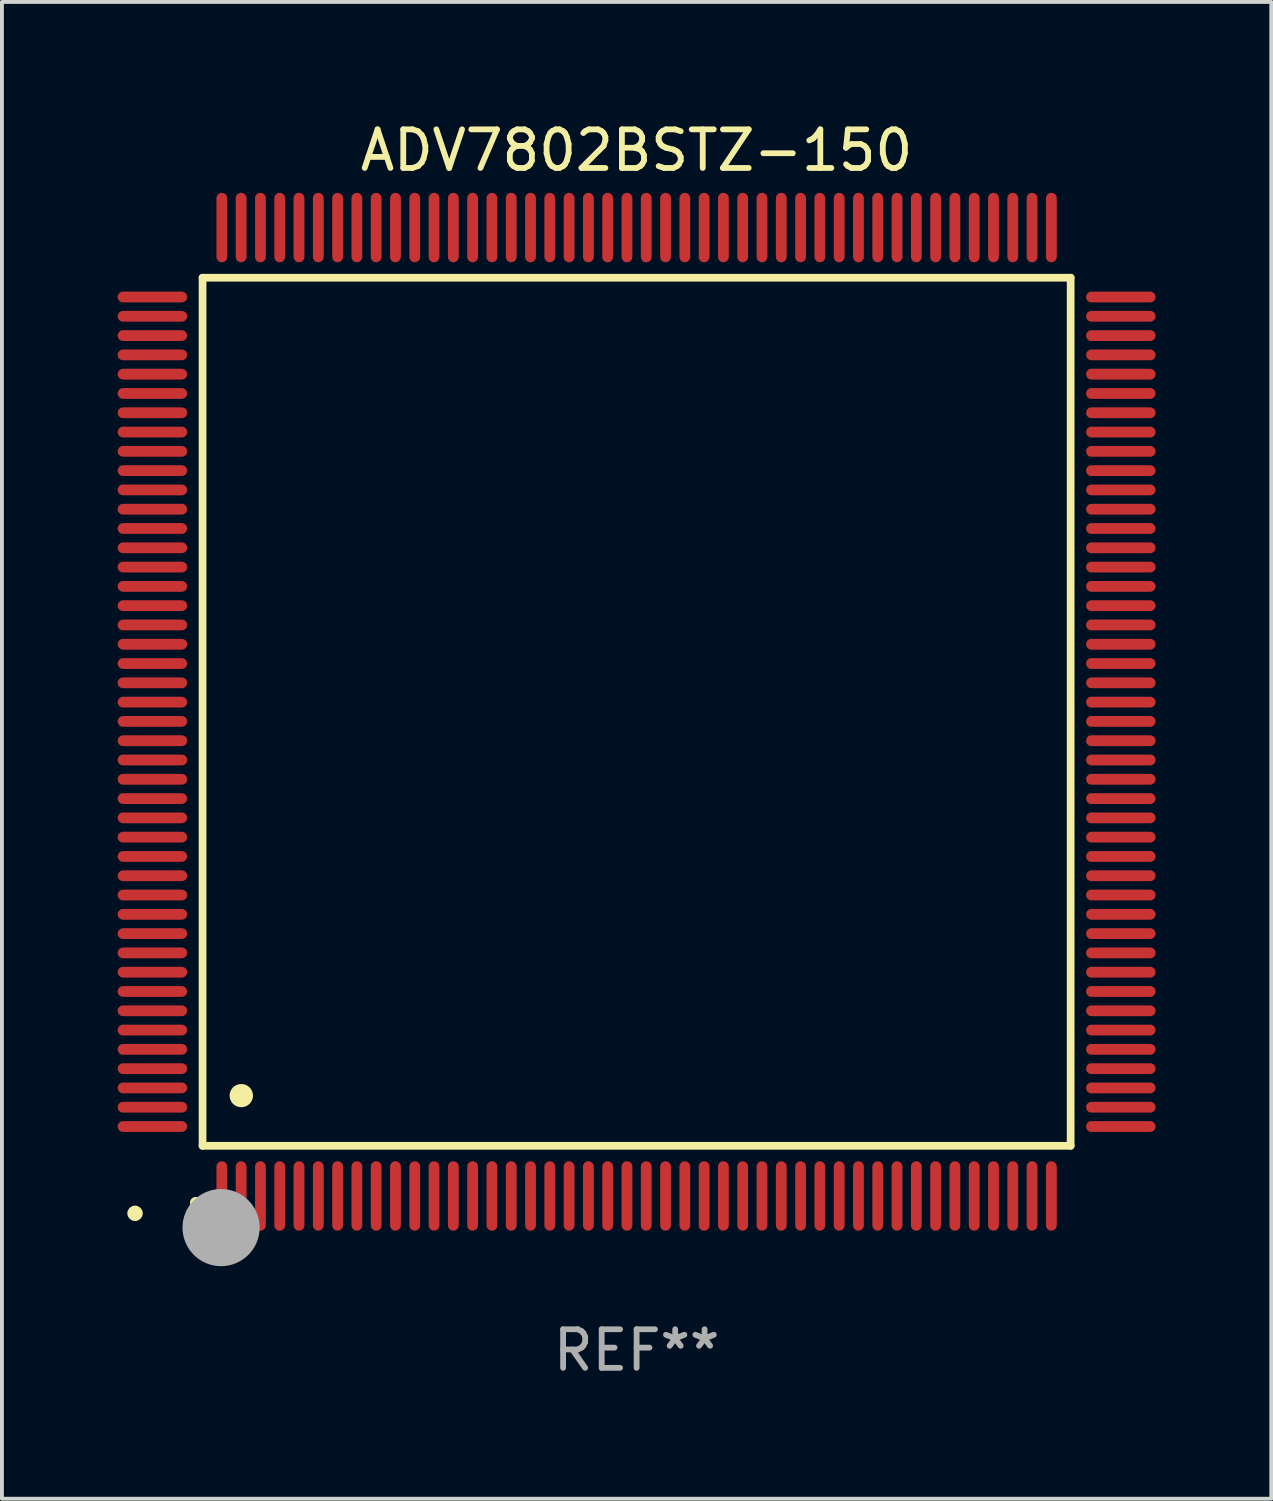
<source format=kicad_pcb>
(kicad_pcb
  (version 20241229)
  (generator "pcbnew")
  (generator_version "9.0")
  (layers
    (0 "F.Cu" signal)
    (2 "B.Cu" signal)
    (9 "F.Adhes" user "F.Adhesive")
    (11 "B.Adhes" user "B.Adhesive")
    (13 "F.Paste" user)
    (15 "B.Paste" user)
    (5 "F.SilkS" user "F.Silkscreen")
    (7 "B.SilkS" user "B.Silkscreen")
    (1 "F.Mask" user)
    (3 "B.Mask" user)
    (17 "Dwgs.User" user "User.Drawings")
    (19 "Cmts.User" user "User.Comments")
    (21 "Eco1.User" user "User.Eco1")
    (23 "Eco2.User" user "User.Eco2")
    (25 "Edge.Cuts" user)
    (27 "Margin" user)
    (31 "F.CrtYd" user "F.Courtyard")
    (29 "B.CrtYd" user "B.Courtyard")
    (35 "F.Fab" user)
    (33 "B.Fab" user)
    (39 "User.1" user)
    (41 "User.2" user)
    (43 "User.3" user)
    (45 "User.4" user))
  (footprint "ADV7802BSTZ-150"
    (layer "F.Cu")
    (at 13.45 15.398)
    (property "Reference" "ADV7802BSTZ-150" (at 0 -14.55 0) (layer "F.SilkS") (effects (font (size 1 1) (thickness 0.15))))
    (attr through_hole)
    (fp_line (start -11.25 -11.25) (end 11.25 -11.25) (stroke (width 0.2) (type solid)) (layer "F.SilkS"))
    (fp_line (start -11.25 11.25) (end -11.25 -11.25) (stroke (width 0.2) (type solid)) (layer "F.SilkS"))
    (fp_line (start 11.25 -11.25) (end 11.25 11.25) (stroke (width 0.2) (type solid)) (layer "F.SilkS"))
    (fp_line (start 11.25 11.25) (end -11.25 11.25) (stroke (width 0.2) (type solid)) (layer "F.SilkS"))
    (fp_arc (start -11.424943 12.725425) (mid -11.423673 12.72542) (end -11.422403 12.725425) (stroke (width 0.3) (type solid)) (layer "F.SilkS"))
    (fp_arc (start -10.24892 9.9492) (mid -10.24638 9.949189) (end -10.24384 9.9492) (stroke (width 0.6) (type solid)) (layer "F.SilkS"))
    (fp_circle (center -13 13) (end -12.9 13) (stroke (width 0.2) (type solid)) (fill no) (layer "F.SilkS"))
    (fp_circle (center -10.77 13.37) (end -10.27 13.37) (stroke (width 1) (type solid)) (fill no) (layer "F.Fab"))
    (fp_text user "REF**" (at 0 16.55 0) (layer "F.Fab") (effects (font (size 1 1) (thickness 0.15))))
    (pad "1" smd oval (at -10.75 12.55) (size 0.28 1.8) (layers "F.Cu" "F.Mask" "F.Paste"))
    (pad "2" smd oval (at -10.25 12.55) (size 0.28 1.8) (layers "F.Cu" "F.Mask" "F.Paste"))
    (pad "3" smd oval (at -9.75 12.55) (size 0.28 1.8) (layers "F.Cu" "F.Mask" "F.Paste"))
    (pad "4" smd oval (at -9.25 12.55) (size 0.28 1.8) (layers "F.Cu" "F.Mask" "F.Paste"))
    (pad "5" smd oval (at -8.75 12.55) (size 0.28 1.8) (layers "F.Cu" "F.Mask" "F.Paste"))
    (pad "6" smd oval (at -8.25 12.55) (size 0.28 1.8) (layers "F.Cu" "F.Mask" "F.Paste"))
    (pad "7" smd oval (at -7.75 12.55) (size 0.28 1.8) (layers "F.Cu" "F.Mask" "F.Paste"))
    (pad "8" smd oval (at -7.25 12.55) (size 0.28 1.8) (layers "F.Cu" "F.Mask" "F.Paste"))
    (pad "9" smd oval (at -6.75 12.55) (size 0.28 1.8) (layers "F.Cu" "F.Mask" "F.Paste"))
    (pad "10" smd oval (at -6.25 12.55) (size 0.28 1.8) (layers "F.Cu" "F.Mask" "F.Paste"))
    (pad "11" smd oval (at -5.75 12.55) (size 0.28 1.8) (layers "F.Cu" "F.Mask" "F.Paste"))
    (pad "12" smd oval (at -5.25 12.55) (size 0.28 1.8) (layers "F.Cu" "F.Mask" "F.Paste"))
    (pad "13" smd oval (at -4.75 12.55) (size 0.28 1.8) (layers "F.Cu" "F.Mask" "F.Paste"))
    (pad "14" smd oval (at -4.25 12.55) (size 0.28 1.8) (layers "F.Cu" "F.Mask" "F.Paste"))
    (pad "15" smd oval (at -3.75 12.55) (size 0.28 1.8) (layers "F.Cu" "F.Mask" "F.Paste"))
    (pad "16" smd oval (at -3.25 12.55) (size 0.28 1.8) (layers "F.Cu" "F.Mask" "F.Paste"))
    (pad "17" smd oval (at -2.75 12.55) (size 0.28 1.8) (layers "F.Cu" "F.Mask" "F.Paste"))
    (pad "18" smd oval (at -2.25 12.55) (size 0.28 1.8) (layers "F.Cu" "F.Mask" "F.Paste"))
    (pad "19" smd oval (at -1.75 12.55) (size 0.28 1.8) (layers "F.Cu" "F.Mask" "F.Paste"))
    (pad "20" smd oval (at -1.25 12.55) (size 0.28 1.8) (layers "F.Cu" "F.Mask" "F.Paste"))
    (pad "21" smd oval (at -0.75 12.55) (size 0.28 1.8) (layers "F.Cu" "F.Mask" "F.Paste"))
    (pad "22" smd oval (at -0.25 12.55) (size 0.28 1.8) (layers "F.Cu" "F.Mask" "F.Paste"))
    (pad "23" smd oval (at 0.25 12.55) (size 0.28 1.8) (layers "F.Cu" "F.Mask" "F.Paste"))
    (pad "24" smd oval (at 0.75 12.55) (size 0.28 1.8) (layers "F.Cu" "F.Mask" "F.Paste"))
    (pad "25" smd oval (at 1.25 12.55) (size 0.28 1.8) (layers "F.Cu" "F.Mask" "F.Paste"))
    (pad "26" smd oval (at 1.75 12.55) (size 0.28 1.8) (layers "F.Cu" "F.Mask" "F.Paste"))
    (pad "27" smd oval (at 2.25 12.55) (size 0.28 1.8) (layers "F.Cu" "F.Mask" "F.Paste"))
    (pad "28" smd oval (at 2.75 12.55) (size 0.28 1.8) (layers "F.Cu" "F.Mask" "F.Paste"))
    (pad "29" smd oval (at 3.25 12.55) (size 0.28 1.8) (layers "F.Cu" "F.Mask" "F.Paste"))
    (pad "30" smd oval (at 3.75 12.55) (size 0.28 1.8) (layers "F.Cu" "F.Mask" "F.Paste"))
    (pad "31" smd oval (at 4.25 12.55) (size 0.28 1.8) (layers "F.Cu" "F.Mask" "F.Paste"))
    (pad "32" smd oval (at 4.75 12.55) (size 0.28 1.8) (layers "F.Cu" "F.Mask" "F.Paste"))
    (pad "33" smd oval (at 5.25 12.55) (size 0.28 1.8) (layers "F.Cu" "F.Mask" "F.Paste"))
    (pad "34" smd oval (at 5.75 12.55) (size 0.28 1.8) (layers "F.Cu" "F.Mask" "F.Paste"))
    (pad "35" smd oval (at 6.25 12.55) (size 0.28 1.8) (layers "F.Cu" "F.Mask" "F.Paste"))
    (pad "36" smd oval (at 6.75 12.55) (size 0.28 1.8) (layers "F.Cu" "F.Mask" "F.Paste"))
    (pad "37" smd oval (at 7.25 12.55) (size 0.28 1.8) (layers "F.Cu" "F.Mask" "F.Paste"))
    (pad "38" smd oval (at 7.75 12.55) (size 0.28 1.8) (layers "F.Cu" "F.Mask" "F.Paste"))
    (pad "39" smd oval (at 8.25 12.55) (size 0.28 1.8) (layers "F.Cu" "F.Mask" "F.Paste"))
    (pad "40" smd oval (at 8.75 12.55) (size 0.28 1.8) (layers "F.Cu" "F.Mask" "F.Paste"))
    (pad "41" smd oval (at 9.25 12.55) (size 0.28 1.8) (layers "F.Cu" "F.Mask" "F.Paste"))
    (pad "42" smd oval (at 9.75 12.55) (size 0.28 1.8) (layers "F.Cu" "F.Mask" "F.Paste"))
    (pad "43" smd oval (at 10.25 12.55) (size 0.28 1.8) (layers "F.Cu" "F.Mask" "F.Paste"))
    (pad "44" smd oval (at 10.75 12.55) (size 0.28 1.8) (layers "F.Cu" "F.Mask" "F.Paste"))
    (pad "45" smd oval (at 12.55 10.75) (size 1.8 0.28) (layers "F.Cu" "F.Mask" "F.Paste"))
    (pad "46" smd oval (at 12.55 10.25) (size 1.8 0.28) (layers "F.Cu" "F.Mask" "F.Paste"))
    (pad "47" smd oval (at 12.55 9.75) (size 1.8 0.28) (layers "F.Cu" "F.Mask" "F.Paste"))
    (pad "48" smd oval (at 12.55 9.25) (size 1.8 0.28) (layers "F.Cu" "F.Mask" "F.Paste"))
    (pad "49" smd oval (at 12.55 8.75) (size 1.8 0.28) (layers "F.Cu" "F.Mask" "F.Paste"))
    (pad "50" smd oval (at 12.55 8.25) (size 1.8 0.28) (layers "F.Cu" "F.Mask" "F.Paste"))
    (pad "51" smd oval (at 12.55 7.75) (size 1.8 0.28) (layers "F.Cu" "F.Mask" "F.Paste"))
    (pad "52" smd oval (at 12.55 7.25) (size 1.8 0.28) (layers "F.Cu" "F.Mask" "F.Paste"))
    (pad "53" smd oval (at 12.55 6.75) (size 1.8 0.28) (layers "F.Cu" "F.Mask" "F.Paste"))
    (pad "54" smd oval (at 12.55 6.25) (size 1.8 0.28) (layers "F.Cu" "F.Mask" "F.Paste"))
    (pad "55" smd oval (at 12.55 5.75) (size 1.8 0.28) (layers "F.Cu" "F.Mask" "F.Paste"))
    (pad "56" smd oval (at 12.55 5.25) (size 1.8 0.28) (layers "F.Cu" "F.Mask" "F.Paste"))
    (pad "57" smd oval (at 12.55 4.75) (size 1.8 0.28) (layers "F.Cu" "F.Mask" "F.Paste"))
    (pad "58" smd oval (at 12.55 4.25) (size 1.8 0.28) (layers "F.Cu" "F.Mask" "F.Paste"))
    (pad "59" smd oval (at 12.55 3.75) (size 1.8 0.28) (layers "F.Cu" "F.Mask" "F.Paste"))
    (pad "60" smd oval (at 12.55 3.25) (size 1.8 0.28) (layers "F.Cu" "F.Mask" "F.Paste"))
    (pad "61" smd oval (at 12.55 2.75) (size 1.8 0.28) (layers "F.Cu" "F.Mask" "F.Paste"))
    (pad "62" smd oval (at 12.55 2.25) (size 1.8 0.28) (layers "F.Cu" "F.Mask" "F.Paste"))
    (pad "63" smd oval (at 12.55 1.75) (size 1.8 0.28) (layers "F.Cu" "F.Mask" "F.Paste"))
    (pad "64" smd oval (at 12.55 1.25) (size 1.8 0.28) (layers "F.Cu" "F.Mask" "F.Paste"))
    (pad "65" smd oval (at 12.55 0.75) (size 1.8 0.28) (layers "F.Cu" "F.Mask" "F.Paste"))
    (pad "66" smd oval (at 12.55 0.25) (size 1.8 0.28) (layers "F.Cu" "F.Mask" "F.Paste"))
    (pad "67" smd oval (at 12.55 -0.25) (size 1.8 0.28) (layers "F.Cu" "F.Mask" "F.Paste"))
    (pad "68" smd oval (at 12.55 -0.75) (size 1.8 0.28) (layers "F.Cu" "F.Mask" "F.Paste"))
    (pad "69" smd oval (at 12.55 -1.25) (size 1.8 0.28) (layers "F.Cu" "F.Mask" "F.Paste"))
    (pad "70" smd oval (at 12.55 -1.75) (size 1.8 0.28) (layers "F.Cu" "F.Mask" "F.Paste"))
    (pad "71" smd oval (at 12.55 -2.25) (size 1.8 0.28) (layers "F.Cu" "F.Mask" "F.Paste"))
    (pad "72" smd oval (at 12.55 -2.75) (size 1.8 0.28) (layers "F.Cu" "F.Mask" "F.Paste"))
    (pad "73" smd oval (at 12.55 -3.25) (size 1.8 0.28) (layers "F.Cu" "F.Mask" "F.Paste"))
    (pad "74" smd oval (at 12.55 -3.75) (size 1.8 0.28) (layers "F.Cu" "F.Mask" "F.Paste"))
    (pad "75" smd oval (at 12.55 -4.25) (size 1.8 0.28) (layers "F.Cu" "F.Mask" "F.Paste"))
    (pad "76" smd oval (at 12.55 -4.75) (size 1.8 0.28) (layers "F.Cu" "F.Mask" "F.Paste"))
    (pad "77" smd oval (at 12.55 -5.25) (size 1.8 0.28) (layers "F.Cu" "F.Mask" "F.Paste"))
    (pad "78" smd oval (at 12.55 -5.75) (size 1.8 0.28) (layers "F.Cu" "F.Mask" "F.Paste"))
    (pad "79" smd oval (at 12.55 -6.25) (size 1.8 0.28) (layers "F.Cu" "F.Mask" "F.Paste"))
    (pad "80" smd oval (at 12.55 -6.75) (size 1.8 0.28) (layers "F.Cu" "F.Mask" "F.Paste"))
    (pad "81" smd oval (at 12.55 -7.25) (size 1.8 0.28) (layers "F.Cu" "F.Mask" "F.Paste"))
    (pad "82" smd oval (at 12.55 -7.75) (size 1.8 0.28) (layers "F.Cu" "F.Mask" "F.Paste"))
    (pad "83" smd oval (at 12.55 -8.25) (size 1.8 0.28) (layers "F.Cu" "F.Mask" "F.Paste"))
    (pad "84" smd oval (at 12.55 -8.75) (size 1.8 0.28) (layers "F.Cu" "F.Mask" "F.Paste"))
    (pad "85" smd oval (at 12.55 -9.25) (size 1.8 0.28) (layers "F.Cu" "F.Mask" "F.Paste"))
    (pad "86" smd oval (at 12.55 -9.75) (size 1.8 0.28) (layers "F.Cu" "F.Mask" "F.Paste"))
    (pad "87" smd oval (at 12.55 -10.25) (size 1.8 0.28) (layers "F.Cu" "F.Mask" "F.Paste"))
    (pad "88" smd oval (at 12.55 -10.75) (size 1.8 0.28) (layers "F.Cu" "F.Mask" "F.Paste"))
    (pad "89" smd oval (at 10.75 -12.55) (size 0.28 1.8) (layers "F.Cu" "F.Mask" "F.Paste"))
    (pad "90" smd oval (at 10.25 -12.55) (size 0.28 1.8) (layers "F.Cu" "F.Mask" "F.Paste"))
    (pad "91" smd oval (at 9.75 -12.55) (size 0.28 1.8) (layers "F.Cu" "F.Mask" "F.Paste"))
    (pad "92" smd oval (at 9.25 -12.55) (size 0.28 1.8) (layers "F.Cu" "F.Mask" "F.Paste"))
    (pad "93" smd oval (at 8.75 -12.55) (size 0.28 1.8) (layers "F.Cu" "F.Mask" "F.Paste"))
    (pad "94" smd oval (at 8.25 -12.55) (size 0.28 1.8) (layers "F.Cu" "F.Mask" "F.Paste"))
    (pad "95" smd oval (at 7.75 -12.55) (size 0.28 1.8) (layers "F.Cu" "F.Mask" "F.Paste"))
    (pad "96" smd oval (at 7.25 -12.55) (size 0.28 1.8) (layers "F.Cu" "F.Mask" "F.Paste"))
    (pad "97" smd oval (at 6.75 -12.55) (size 0.28 1.8) (layers "F.Cu" "F.Mask" "F.Paste"))
    (pad "98" smd oval (at 6.25 -12.55) (size 0.28 1.8) (layers "F.Cu" "F.Mask" "F.Paste"))
    (pad "99" smd oval (at 5.75 -12.55) (size 0.28 1.8) (layers "F.Cu" "F.Mask" "F.Paste"))
    (pad "100" smd oval (at 5.25 -12.55) (size 0.28 1.8) (layers "F.Cu" "F.Mask" "F.Paste"))
    (pad "101" smd oval (at 4.75 -12.55) (size 0.28 1.8) (layers "F.Cu" "F.Mask" "F.Paste"))
    (pad "102" smd oval (at 4.25 -12.55) (size 0.28 1.8) (layers "F.Cu" "F.Mask" "F.Paste"))
    (pad "103" smd oval (at 3.75 -12.55) (size 0.28 1.8) (layers "F.Cu" "F.Mask" "F.Paste"))
    (pad "104" smd oval (at 3.25 -12.55) (size 0.28 1.8) (layers "F.Cu" "F.Mask" "F.Paste"))
    (pad "105" smd oval (at 2.75 -12.55) (size 0.28 1.8) (layers "F.Cu" "F.Mask" "F.Paste"))
    (pad "106" smd oval (at 2.25 -12.55) (size 0.28 1.8) (layers "F.Cu" "F.Mask" "F.Paste"))
    (pad "107" smd oval (at 1.75 -12.55) (size 0.28 1.8) (layers "F.Cu" "F.Mask" "F.Paste"))
    (pad "108" smd oval (at 1.25 -12.55) (size 0.28 1.8) (layers "F.Cu" "F.Mask" "F.Paste"))
    (pad "109" smd oval (at 0.75 -12.55) (size 0.28 1.8) (layers "F.Cu" "F.Mask" "F.Paste"))
    (pad "110" smd oval (at 0.25 -12.55) (size 0.28 1.8) (layers "F.Cu" "F.Mask" "F.Paste"))
    (pad "111" smd oval (at -0.25 -12.55) (size 0.28 1.8) (layers "F.Cu" "F.Mask" "F.Paste"))
    (pad "112" smd oval (at -0.75 -12.55) (size 0.28 1.8) (layers "F.Cu" "F.Mask" "F.Paste"))
    (pad "113" smd oval (at -1.25 -12.55) (size 0.28 1.8) (layers "F.Cu" "F.Mask" "F.Paste"))
    (pad "114" smd oval (at -1.75 -12.55) (size 0.28 1.8) (layers "F.Cu" "F.Mask" "F.Paste"))
    (pad "115" smd oval (at -2.25 -12.55) (size 0.28 1.8) (layers "F.Cu" "F.Mask" "F.Paste"))
    (pad "116" smd oval (at -2.75 -12.55) (size 0.28 1.8) (layers "F.Cu" "F.Mask" "F.Paste"))
    (pad "117" smd oval (at -3.25 -12.55) (size 0.28 1.8) (layers "F.Cu" "F.Mask" "F.Paste"))
    (pad "118" smd oval (at -3.75 -12.55) (size 0.28 1.8) (layers "F.Cu" "F.Mask" "F.Paste"))
    (pad "119" smd oval (at -4.25 -12.55) (size 0.28 1.8) (layers "F.Cu" "F.Mask" "F.Paste"))
    (pad "120" smd oval (at -4.75 -12.55) (size 0.28 1.8) (layers "F.Cu" "F.Mask" "F.Paste"))
    (pad "121" smd oval (at -5.25 -12.55) (size 0.28 1.8) (layers "F.Cu" "F.Mask" "F.Paste"))
    (pad "122" smd oval (at -5.75 -12.55) (size 0.28 1.8) (layers "F.Cu" "F.Mask" "F.Paste"))
    (pad "123" smd oval (at -6.25 -12.55) (size 0.28 1.8) (layers "F.Cu" "F.Mask" "F.Paste"))
    (pad "124" smd oval (at -6.75 -12.55) (size 0.28 1.8) (layers "F.Cu" "F.Mask" "F.Paste"))
    (pad "125" smd oval (at -7.25 -12.55) (size 0.28 1.8) (layers "F.Cu" "F.Mask" "F.Paste"))
    (pad "126" smd oval (at -7.75 -12.55) (size 0.28 1.8) (layers "F.Cu" "F.Mask" "F.Paste"))
    (pad "127" smd oval (at -8.25 -12.55) (size 0.28 1.8) (layers "F.Cu" "F.Mask" "F.Paste"))
    (pad "128" smd oval (at -8.75 -12.55) (size 0.28 1.8) (layers "F.Cu" "F.Mask" "F.Paste"))
    (pad "129" smd oval (at -9.25 -12.55) (size 0.28 1.8) (layers "F.Cu" "F.Mask" "F.Paste"))
    (pad "130" smd oval (at -9.75 -12.55) (size 0.28 1.8) (layers "F.Cu" "F.Mask" "F.Paste"))
    (pad "131" smd oval (at -10.25 -12.55) (size 0.28 1.8) (layers "F.Cu" "F.Mask" "F.Paste"))
    (pad "132" smd oval (at -10.75 -12.55) (size 0.28 1.8) (layers "F.Cu" "F.Mask" "F.Paste"))
    (pad "133" smd oval (at -12.55 -10.75) (size 1.8 0.28) (layers "F.Cu" "F.Mask" "F.Paste"))
    (pad "134" smd oval (at -12.55 -10.25) (size 1.8 0.28) (layers "F.Cu" "F.Mask" "F.Paste"))
    (pad "135" smd oval (at -12.55 -9.75) (size 1.8 0.28) (layers "F.Cu" "F.Mask" "F.Paste"))
    (pad "136" smd oval (at -12.55 -9.25) (size 1.8 0.28) (layers "F.Cu" "F.Mask" "F.Paste"))
    (pad "137" smd oval (at -12.55 -8.75) (size 1.8 0.28) (layers "F.Cu" "F.Mask" "F.Paste"))
    (pad "138" smd oval (at -12.55 -8.25) (size 1.8 0.28) (layers "F.Cu" "F.Mask" "F.Paste"))
    (pad "139" smd oval (at -12.55 -7.75) (size 1.8 0.28) (layers "F.Cu" "F.Mask" "F.Paste"))
    (pad "140" smd oval (at -12.55 -7.25) (size 1.8 0.28) (layers "F.Cu" "F.Mask" "F.Paste"))
    (pad "141" smd oval (at -12.55 -6.75) (size 1.8 0.28) (layers "F.Cu" "F.Mask" "F.Paste"))
    (pad "142" smd oval (at -12.55 -6.25) (size 1.8 0.28) (layers "F.Cu" "F.Mask" "F.Paste"))
    (pad "143" smd oval (at -12.55 -5.75) (size 1.8 0.28) (layers "F.Cu" "F.Mask" "F.Paste"))
    (pad "144" smd oval (at -12.55 -5.25) (size 1.8 0.28) (layers "F.Cu" "F.Mask" "F.Paste"))
    (pad "145" smd oval (at -12.55 -4.75) (size 1.8 0.28) (layers "F.Cu" "F.Mask" "F.Paste"))
    (pad "146" smd oval (at -12.55 -4.25) (size 1.8 0.28) (layers "F.Cu" "F.Mask" "F.Paste"))
    (pad "147" smd oval (at -12.55 -3.75) (size 1.8 0.28) (layers "F.Cu" "F.Mask" "F.Paste"))
    (pad "148" smd oval (at -12.55 -3.25) (size 1.8 0.28) (layers "F.Cu" "F.Mask" "F.Paste"))
    (pad "149" smd oval (at -12.55 -2.75) (size 1.8 0.28) (layers "F.Cu" "F.Mask" "F.Paste"))
    (pad "150" smd oval (at -12.55 -2.25) (size 1.8 0.28) (layers "F.Cu" "F.Mask" "F.Paste"))
    (pad "151" smd oval (at -12.55 -1.75) (size 1.8 0.28) (layers "F.Cu" "F.Mask" "F.Paste"))
    (pad "152" smd oval (at -12.55 -1.25) (size 1.8 0.28) (layers "F.Cu" "F.Mask" "F.Paste"))
    (pad "153" smd oval (at -12.55 -0.75) (size 1.8 0.28) (layers "F.Cu" "F.Mask" "F.Paste"))
    (pad "154" smd oval (at -12.55 -0.25) (size 1.8 0.28) (layers "F.Cu" "F.Mask" "F.Paste"))
    (pad "155" smd oval (at -12.55 0.25) (size 1.8 0.28) (layers "F.Cu" "F.Mask" "F.Paste"))
    (pad "156" smd oval (at -12.55 0.75) (size 1.8 0.28) (layers "F.Cu" "F.Mask" "F.Paste"))
    (pad "157" smd oval (at -12.55 1.25) (size 1.8 0.28) (layers "F.Cu" "F.Mask" "F.Paste"))
    (pad "158" smd oval (at -12.55 1.75) (size 1.8 0.28) (layers "F.Cu" "F.Mask" "F.Paste"))
    (pad "159" smd oval (at -12.55 2.25) (size 1.8 0.28) (layers "F.Cu" "F.Mask" "F.Paste"))
    (pad "160" smd oval (at -12.55 2.75) (size 1.8 0.28) (layers "F.Cu" "F.Mask" "F.Paste"))
    (pad "161" smd oval (at -12.55 3.25) (size 1.8 0.28) (layers "F.Cu" "F.Mask" "F.Paste"))
    (pad "162" smd oval (at -12.55 3.75) (size 1.8 0.28) (layers "F.Cu" "F.Mask" "F.Paste"))
    (pad "163" smd oval (at -12.55 4.25) (size 1.8 0.28) (layers "F.Cu" "F.Mask" "F.Paste"))
    (pad "164" smd oval (at -12.55 4.75) (size 1.8 0.28) (layers "F.Cu" "F.Mask" "F.Paste"))
    (pad "165" smd oval (at -12.55 5.25) (size 1.8 0.28) (layers "F.Cu" "F.Mask" "F.Paste"))
    (pad "166" smd oval (at -12.55 5.75) (size 1.8 0.28) (layers "F.Cu" "F.Mask" "F.Paste"))
    (pad "167" smd oval (at -12.55 6.25) (size 1.8 0.28) (layers "F.Cu" "F.Mask" "F.Paste"))
    (pad "168" smd oval (at -12.55 6.75) (size 1.8 0.28) (layers "F.Cu" "F.Mask" "F.Paste"))
    (pad "169" smd oval (at -12.55 7.25) (size 1.8 0.28) (layers "F.Cu" "F.Mask" "F.Paste"))
    (pad "170" smd oval (at -12.55 7.75) (size 1.8 0.28) (layers "F.Cu" "F.Mask" "F.Paste"))
    (pad "171" smd oval (at -12.55 8.25) (size 1.8 0.28) (layers "F.Cu" "F.Mask" "F.Paste"))
    (pad "172" smd oval (at -12.55 8.75) (size 1.8 0.28) (layers "F.Cu" "F.Mask" "F.Paste"))
    (pad "173" smd oval (at -12.55 9.25) (size 1.8 0.28) (layers "F.Cu" "F.Mask" "F.Paste"))
    (pad "174" smd oval (at -12.55 9.75) (size 1.8 0.28) (layers "F.Cu" "F.Mask" "F.Paste"))
    (pad "175" smd oval (at -12.55 10.25) (size 1.8 0.28) (layers "F.Cu" "F.Mask" "F.Paste"))
    (pad "176" smd oval (at -12.55 10.75) (size 1.8 0.28) (layers "F.Cu" "F.Mask" "F.Paste")))
  (gr_rect
    (start -3 -3)
    (end 29.9 35.796)
    (stroke (width 0.1) (type default))
    (fill no)
    (layer "Edge.Cuts")))
</source>
